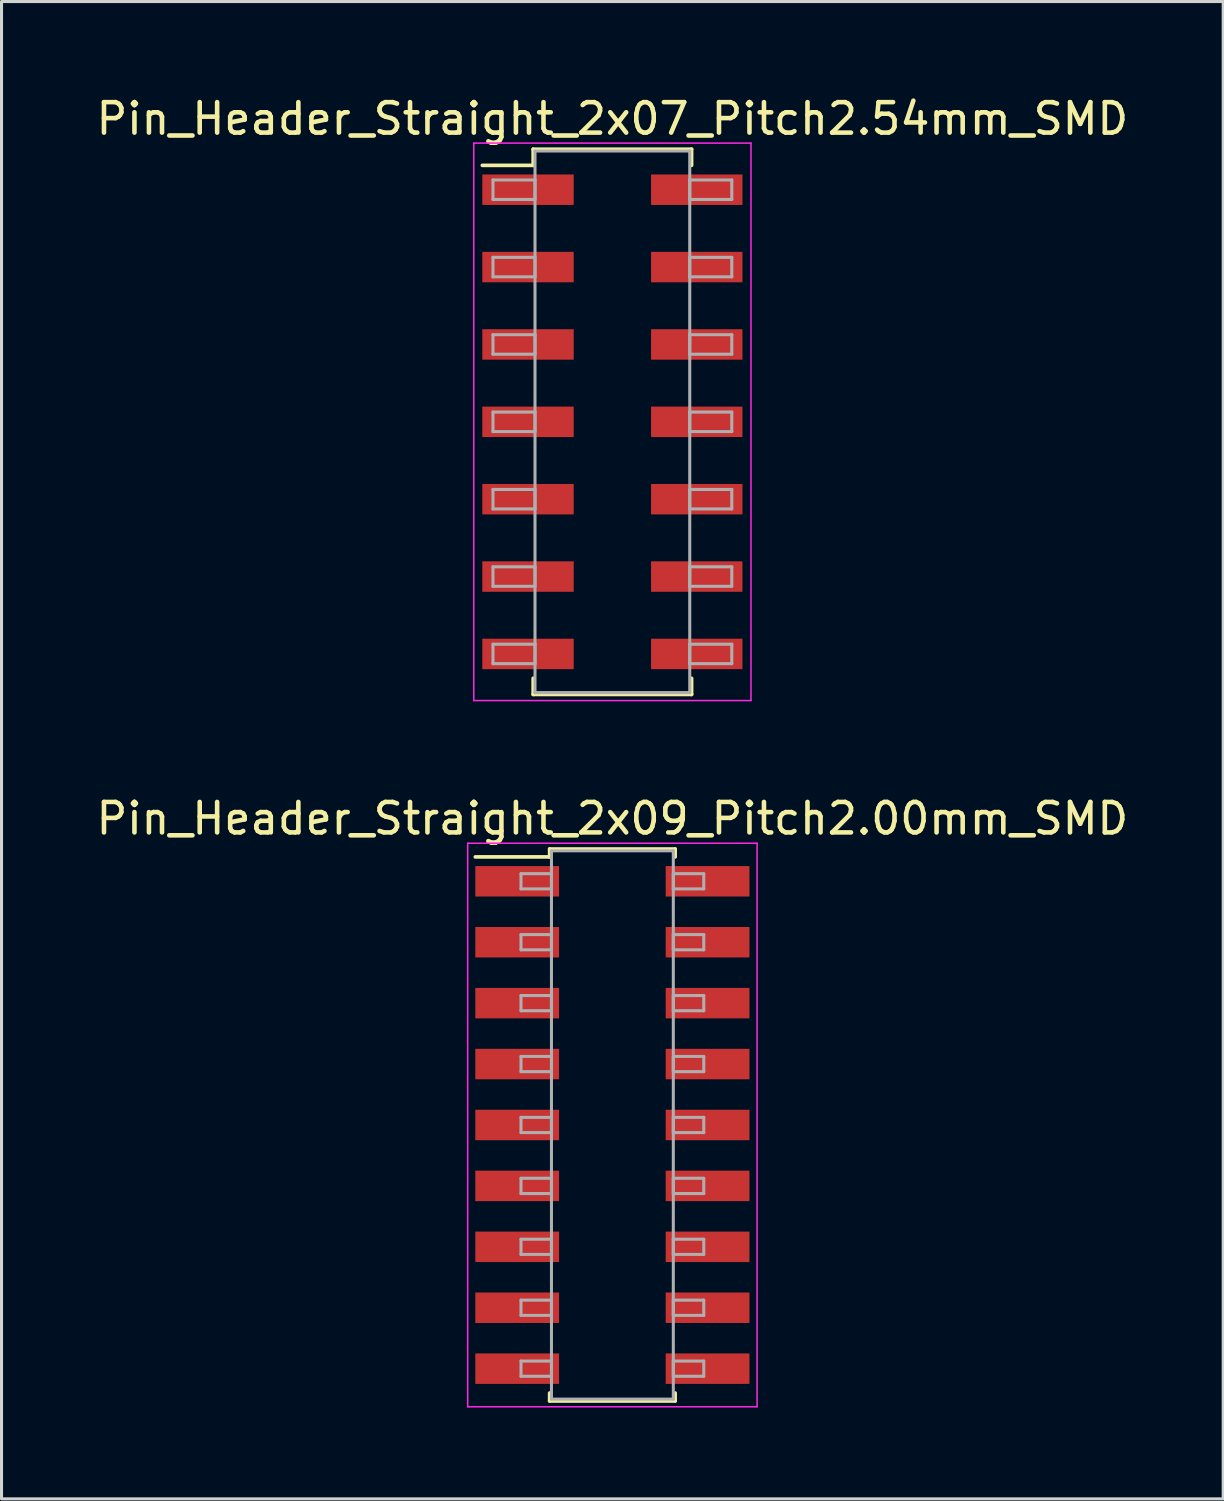
<source format=kicad_pcb>
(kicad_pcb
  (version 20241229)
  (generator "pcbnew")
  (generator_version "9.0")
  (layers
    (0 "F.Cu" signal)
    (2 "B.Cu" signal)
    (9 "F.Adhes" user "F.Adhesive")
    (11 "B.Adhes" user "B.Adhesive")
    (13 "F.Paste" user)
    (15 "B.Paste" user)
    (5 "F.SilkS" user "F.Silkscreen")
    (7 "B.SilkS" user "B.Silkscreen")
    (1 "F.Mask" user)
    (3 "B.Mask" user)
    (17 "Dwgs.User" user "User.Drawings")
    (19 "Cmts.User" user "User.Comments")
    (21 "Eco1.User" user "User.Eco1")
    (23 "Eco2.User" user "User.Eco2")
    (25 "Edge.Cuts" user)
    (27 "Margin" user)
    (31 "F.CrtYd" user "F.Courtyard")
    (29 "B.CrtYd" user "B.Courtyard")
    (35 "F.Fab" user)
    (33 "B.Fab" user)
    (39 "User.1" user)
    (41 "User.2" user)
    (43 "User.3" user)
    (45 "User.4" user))
  (footprint "Pin_Header_Straight_2x09_Pitch2.00mm_SMD"
    (layer "F.Cu")
    (at 17.054 33.882)
    (property "Reference" "Pin_Header_Straight_2x09_Pitch2.00mm_SMD" (at 0 -10.06 0) (layer "F.SilkS") (effects (font (size 1 1) (thickness 0.15))))
    (attr smd)
    (fp_line (start -4.5 -8.8) (end -2.06 -8.8) (stroke (width 0.12) (type solid)) (layer "F.SilkS"))
    (fp_line (start -2.06 -9.06) (end 2.06 -9.06) (stroke (width 0.12) (type solid)) (layer "F.SilkS"))
    (fp_line (start -2.06 -8.8) (end -2.06 -9.06) (stroke (width 0.12) (type solid)) (layer "F.SilkS"))
    (fp_line (start -2.06 8.8) (end -2.06 9.06) (stroke (width 0.12) (type solid)) (layer "F.SilkS"))
    (fp_line (start -2.06 9.06) (end 2.06 9.06) (stroke (width 0.12) (type solid)) (layer "F.SilkS"))
    (fp_line (start 2.06 -9.06) (end 2.06 -8.8) (stroke (width 0.12) (type solid)) (layer "F.SilkS"))
    (fp_line (start 2.06 9.06) (end 2.06 8.8) (stroke (width 0.12) (type solid)) (layer "F.SilkS"))
    (fp_line (start -4.75 -9.25) (end -4.75 9.25) (stroke (width 0.05) (type solid)) (layer "F.CrtYd"))
    (fp_line (start -4.75 9.25) (end 4.75 9.25) (stroke (width 0.05) (type solid)) (layer "F.CrtYd"))
    (fp_line (start 4.75 -9.25) (end -4.75 -9.25) (stroke (width 0.05) (type solid)) (layer "F.CrtYd"))
    (fp_line (start 4.75 9.25) (end 4.75 -9.25) (stroke (width 0.05) (type solid)) (layer "F.CrtYd"))
    (fp_line (start -3 -8.25) (end -2 -8.25) (stroke (width 0.1) (type solid)) (layer "F.Fab"))
    (fp_line (start -3 -7.75) (end -3 -8.25) (stroke (width 0.1) (type solid)) (layer "F.Fab"))
    (fp_line (start -3 -6.25) (end -2 -6.25) (stroke (width 0.1) (type solid)) (layer "F.Fab"))
    (fp_line (start -3 -5.75) (end -3 -6.25) (stroke (width 0.1) (type solid)) (layer "F.Fab"))
    (fp_line (start -3 -4.25) (end -2 -4.25) (stroke (width 0.1) (type solid)) (layer "F.Fab"))
    (fp_line (start -3 -3.75) (end -3 -4.25) (stroke (width 0.1) (type solid)) (layer "F.Fab"))
    (fp_line (start -3 -2.25) (end -2 -2.25) (stroke (width 0.1) (type solid)) (layer "F.Fab"))
    (fp_line (start -3 -1.75) (end -3 -2.25) (stroke (width 0.1) (type solid)) (layer "F.Fab"))
    (fp_line (start -3 -0.25) (end -2 -0.25) (stroke (width 0.1) (type solid)) (layer "F.Fab"))
    (fp_line (start -3 0.25) (end -3 -0.25) (stroke (width 0.1) (type solid)) (layer "F.Fab"))
    (fp_line (start -3 1.75) (end -2 1.75) (stroke (width 0.1) (type solid)) (layer "F.Fab"))
    (fp_line (start -3 2.25) (end -3 1.75) (stroke (width 0.1) (type solid)) (layer "F.Fab"))
    (fp_line (start -3 3.75) (end -2 3.75) (stroke (width 0.1) (type solid)) (layer "F.Fab"))
    (fp_line (start -3 4.25) (end -3 3.75) (stroke (width 0.1) (type solid)) (layer "F.Fab"))
    (fp_line (start -3 5.75) (end -2 5.75) (stroke (width 0.1) (type solid)) (layer "F.Fab"))
    (fp_line (start -3 6.25) (end -3 5.75) (stroke (width 0.1) (type solid)) (layer "F.Fab"))
    (fp_line (start -3 7.75) (end -2 7.75) (stroke (width 0.1) (type solid)) (layer "F.Fab"))
    (fp_line (start -3 8.25) (end -3 7.75) (stroke (width 0.1) (type solid)) (layer "F.Fab"))
    (fp_line (start -2 -9) (end -2 9) (stroke (width 0.1) (type solid)) (layer "F.Fab"))
    (fp_line (start -2 -8.25) (end -2 -7.75) (stroke (width 0.1) (type solid)) (layer "F.Fab"))
    (fp_line (start -2 -7.75) (end -3 -7.75) (stroke (width 0.1) (type solid)) (layer "F.Fab"))
    (fp_line (start -2 -6.25) (end -2 -5.75) (stroke (width 0.1) (type solid)) (layer "F.Fab"))
    (fp_line (start -2 -5.75) (end -3 -5.75) (stroke (width 0.1) (type solid)) (layer "F.Fab"))
    (fp_line (start -2 -4.25) (end -2 -3.75) (stroke (width 0.1) (type solid)) (layer "F.Fab"))
    (fp_line (start -2 -3.75) (end -3 -3.75) (stroke (width 0.1) (type solid)) (layer "F.Fab"))
    (fp_line (start -2 -2.25) (end -2 -1.75) (stroke (width 0.1) (type solid)) (layer "F.Fab"))
    (fp_line (start -2 -1.75) (end -3 -1.75) (stroke (width 0.1) (type solid)) (layer "F.Fab"))
    (fp_line (start -2 -0.25) (end -2 0.25) (stroke (width 0.1) (type solid)) (layer "F.Fab"))
    (fp_line (start -2 0.25) (end -3 0.25) (stroke (width 0.1) (type solid)) (layer "F.Fab"))
    (fp_line (start -2 1.75) (end -2 2.25) (stroke (width 0.1) (type solid)) (layer "F.Fab"))
    (fp_line (start -2 2.25) (end -3 2.25) (stroke (width 0.1) (type solid)) (layer "F.Fab"))
    (fp_line (start -2 3.75) (end -2 4.25) (stroke (width 0.1) (type solid)) (layer "F.Fab"))
    (fp_line (start -2 4.25) (end -3 4.25) (stroke (width 0.1) (type solid)) (layer "F.Fab"))
    (fp_line (start -2 5.75) (end -2 6.25) (stroke (width 0.1) (type solid)) (layer "F.Fab"))
    (fp_line (start -2 6.25) (end -3 6.25) (stroke (width 0.1) (type solid)) (layer "F.Fab"))
    (fp_line (start -2 7.75) (end -2 8.25) (stroke (width 0.1) (type solid)) (layer "F.Fab"))
    (fp_line (start -2 8.25) (end -3 8.25) (stroke (width 0.1) (type solid)) (layer "F.Fab"))
    (fp_line (start -2 9) (end 2 9) (stroke (width 0.1) (type solid)) (layer "F.Fab"))
    (fp_line (start 2 -9) (end -2 -9) (stroke (width 0.1) (type solid)) (layer "F.Fab"))
    (fp_line (start 2 -8.25) (end 2 -7.75) (stroke (width 0.1) (type solid)) (layer "F.Fab"))
    (fp_line (start 2 -7.75) (end 3 -7.75) (stroke (width 0.1) (type solid)) (layer "F.Fab"))
    (fp_line (start 2 -6.25) (end 2 -5.75) (stroke (width 0.1) (type solid)) (layer "F.Fab"))
    (fp_line (start 2 -5.75) (end 3 -5.75) (stroke (width 0.1) (type solid)) (layer "F.Fab"))
    (fp_line (start 2 -4.25) (end 2 -3.75) (stroke (width 0.1) (type solid)) (layer "F.Fab"))
    (fp_line (start 2 -3.75) (end 3 -3.75) (stroke (width 0.1) (type solid)) (layer "F.Fab"))
    (fp_line (start 2 -2.25) (end 2 -1.75) (stroke (width 0.1) (type solid)) (layer "F.Fab"))
    (fp_line (start 2 -1.75) (end 3 -1.75) (stroke (width 0.1) (type solid)) (layer "F.Fab"))
    (fp_line (start 2 -0.25) (end 2 0.25) (stroke (width 0.1) (type solid)) (layer "F.Fab"))
    (fp_line (start 2 0.25) (end 3 0.25) (stroke (width 0.1) (type solid)) (layer "F.Fab"))
    (fp_line (start 2 1.75) (end 2 2.25) (stroke (width 0.1) (type solid)) (layer "F.Fab"))
    (fp_line (start 2 2.25) (end 3 2.25) (stroke (width 0.1) (type solid)) (layer "F.Fab"))
    (fp_line (start 2 3.75) (end 2 4.25) (stroke (width 0.1) (type solid)) (layer "F.Fab"))
    (fp_line (start 2 4.25) (end 3 4.25) (stroke (width 0.1) (type solid)) (layer "F.Fab"))
    (fp_line (start 2 5.75) (end 2 6.25) (stroke (width 0.1) (type solid)) (layer "F.Fab"))
    (fp_line (start 2 6.25) (end 3 6.25) (stroke (width 0.1) (type solid)) (layer "F.Fab"))
    (fp_line (start 2 7.75) (end 2 8.25) (stroke (width 0.1) (type solid)) (layer "F.Fab"))
    (fp_line (start 2 8.25) (end 3 8.25) (stroke (width 0.1) (type solid)) (layer "F.Fab"))
    (fp_line (start 2 9) (end 2 -9) (stroke (width 0.1) (type solid)) (layer "F.Fab"))
    (fp_line (start 3 -8.25) (end 2 -8.25) (stroke (width 0.1) (type solid)) (layer "F.Fab"))
    (fp_line (start 3 -7.75) (end 3 -8.25) (stroke (width 0.1) (type solid)) (layer "F.Fab"))
    (fp_line (start 3 -6.25) (end 2 -6.25) (stroke (width 0.1) (type solid)) (layer "F.Fab"))
    (fp_line (start 3 -5.75) (end 3 -6.25) (stroke (width 0.1) (type solid)) (layer "F.Fab"))
    (fp_line (start 3 -4.25) (end 2 -4.25) (stroke (width 0.1) (type solid)) (layer "F.Fab"))
    (fp_line (start 3 -3.75) (end 3 -4.25) (stroke (width 0.1) (type solid)) (layer "F.Fab"))
    (fp_line (start 3 -2.25) (end 2 -2.25) (stroke (width 0.1) (type solid)) (layer "F.Fab"))
    (fp_line (start 3 -1.75) (end 3 -2.25) (stroke (width 0.1) (type solid)) (layer "F.Fab"))
    (fp_line (start 3 -0.25) (end 2 -0.25) (stroke (width 0.1) (type solid)) (layer "F.Fab"))
    (fp_line (start 3 0.25) (end 3 -0.25) (stroke (width 0.1) (type solid)) (layer "F.Fab"))
    (fp_line (start 3 1.75) (end 2 1.75) (stroke (width 0.1) (type solid)) (layer "F.Fab"))
    (fp_line (start 3 2.25) (end 3 1.75) (stroke (width 0.1) (type solid)) (layer "F.Fab"))
    (fp_line (start 3 3.75) (end 2 3.75) (stroke (width 0.1) (type solid)) (layer "F.Fab"))
    (fp_line (start 3 4.25) (end 3 3.75) (stroke (width 0.1) (type solid)) (layer "F.Fab"))
    (fp_line (start 3 5.75) (end 2 5.75) (stroke (width 0.1) (type solid)) (layer "F.Fab"))
    (fp_line (start 3 6.25) (end 3 5.75) (stroke (width 0.1) (type solid)) (layer "F.Fab"))
    (fp_line (start 3 7.75) (end 2 7.75) (stroke (width 0.1) (type solid)) (layer "F.Fab"))
    (fp_line (start 3 8.25) (end 3 7.75) (stroke (width 0.1) (type solid)) (layer "F.Fab"))
    (pad "1" smd rect (at -3.125 -8) (size 2.75 1) (layers "F.Cu" "F.Mask"))
    (pad "2" smd rect (at 3.125 -8) (size 2.75 1) (layers "F.Cu" "F.Mask"))
    (pad "3" smd rect (at -3.125 -6) (size 2.75 1) (layers "F.Cu" "F.Mask"))
    (pad "4" smd rect (at 3.125 -6) (size 2.75 1) (layers "F.Cu" "F.Mask"))
    (pad "5" smd rect (at -3.125 -4) (size 2.75 1) (layers "F.Cu" "F.Mask"))
    (pad "6" smd rect (at 3.125 -4) (size 2.75 1) (layers "F.Cu" "F.Mask"))
    (pad "7" smd rect (at -3.125 -2) (size 2.75 1) (layers "F.Cu" "F.Mask"))
    (pad "8" smd rect (at 3.125 -2) (size 2.75 1) (layers "F.Cu" "F.Mask"))
    (pad "9" smd rect (at -3.125 0) (size 2.75 1) (layers "F.Cu" "F.Mask"))
    (pad "10" smd rect (at 3.125 0) (size 2.75 1) (layers "F.Cu" "F.Mask"))
    (pad "11" smd rect (at -3.125 2) (size 2.75 1) (layers "F.Cu" "F.Mask"))
    (pad "12" smd rect (at 3.125 2) (size 2.75 1) (layers "F.Cu" "F.Mask"))
    (pad "13" smd rect (at -3.125 4) (size 2.75 1) (layers "F.Cu" "F.Mask"))
    (pad "14" smd rect (at 3.125 4) (size 2.75 1) (layers "F.Cu" "F.Mask"))
    (pad "15" smd rect (at -3.125 6) (size 2.75 1) (layers "F.Cu" "F.Mask"))
    (pad "16" smd rect (at 3.125 6) (size 2.75 1) (layers "F.Cu" "F.Mask"))
    (pad "17" smd rect (at -3.125 8) (size 2.75 1) (layers "F.Cu" "F.Mask"))
    (pad "18" smd rect (at 3.125 8) (size 2.75 1) (layers "F.Cu" "F.Mask")))
  (footprint "Pin_Header_Straight_2x07_Pitch2.54mm_SMD"
    (layer "F.Cu")
    (at 17.054 10.798)
    (property "Reference" "Pin_Header_Straight_2x07_Pitch2.54mm_SMD" (at 0 -9.95 0) (layer "F.SilkS") (effects (font (size 1 1) (thickness 0.15))))
    (attr smd)
    (fp_line (start -4.27 -8.42) (end -2.6 -8.42) (stroke (width 0.12) (type solid)) (layer "F.SilkS"))
    (fp_line (start -2.6 -8.95) (end 2.6 -8.95) (stroke (width 0.12) (type solid)) (layer "F.SilkS"))
    (fp_line (start -2.6 -8.42) (end -2.6 -8.95) (stroke (width 0.12) (type solid)) (layer "F.SilkS"))
    (fp_line (start -2.6 8.42) (end -2.6 8.95) (stroke (width 0.12) (type solid)) (layer "F.SilkS"))
    (fp_line (start -2.6 8.95) (end 2.6 8.95) (stroke (width 0.12) (type solid)) (layer "F.SilkS"))
    (fp_line (start 2.6 -8.95) (end 2.6 -8.42) (stroke (width 0.12) (type solid)) (layer "F.SilkS"))
    (fp_line (start 2.6 8.95) (end 2.6 8.42) (stroke (width 0.12) (type solid)) (layer "F.SilkS"))
    (fp_line (start -4.55 -9.15) (end -4.55 9.15) (stroke (width 0.05) (type solid)) (layer "F.CrtYd"))
    (fp_line (start -4.55 9.15) (end 4.55 9.15) (stroke (width 0.05) (type solid)) (layer "F.CrtYd"))
    (fp_line (start 4.55 -9.15) (end -4.55 -9.15) (stroke (width 0.05) (type solid)) (layer "F.CrtYd"))
    (fp_line (start 4.55 9.15) (end 4.55 -9.15) (stroke (width 0.05) (type solid)) (layer "F.CrtYd"))
    (fp_line (start -3.92 -7.94) (end -2.54 -7.94) (stroke (width 0.1) (type solid)) (layer "F.Fab"))
    (fp_line (start -3.92 -7.3) (end -3.92 -7.94) (stroke (width 0.1) (type solid)) (layer "F.Fab"))
    (fp_line (start -3.92 -5.4) (end -2.54 -5.4) (stroke (width 0.1) (type solid)) (layer "F.Fab"))
    (fp_line (start -3.92 -4.76) (end -3.92 -5.4) (stroke (width 0.1) (type solid)) (layer "F.Fab"))
    (fp_line (start -3.92 -2.86) (end -2.54 -2.86) (stroke (width 0.1) (type solid)) (layer "F.Fab"))
    (fp_line (start -3.92 -2.22) (end -3.92 -2.86) (stroke (width 0.1) (type solid)) (layer "F.Fab"))
    (fp_line (start -3.92 -0.32) (end -2.54 -0.32) (stroke (width 0.1) (type solid)) (layer "F.Fab"))
    (fp_line (start -3.92 0.32) (end -3.92 -0.32) (stroke (width 0.1) (type solid)) (layer "F.Fab"))
    (fp_line (start -3.92 2.22) (end -2.54 2.22) (stroke (width 0.1) (type solid)) (layer "F.Fab"))
    (fp_line (start -3.92 2.86) (end -3.92 2.22) (stroke (width 0.1) (type solid)) (layer "F.Fab"))
    (fp_line (start -3.92 4.76) (end -2.54 4.76) (stroke (width 0.1) (type solid)) (layer "F.Fab"))
    (fp_line (start -3.92 5.4) (end -3.92 4.76) (stroke (width 0.1) (type solid)) (layer "F.Fab"))
    (fp_line (start -3.92 7.3) (end -2.54 7.3) (stroke (width 0.1) (type solid)) (layer "F.Fab"))
    (fp_line (start -3.92 7.94) (end -3.92 7.3) (stroke (width 0.1) (type solid)) (layer "F.Fab"))
    (fp_line (start -2.54 -8.89) (end -2.54 8.89) (stroke (width 0.1) (type solid)) (layer "F.Fab"))
    (fp_line (start -2.54 -7.94) (end -2.54 -7.3) (stroke (width 0.1) (type solid)) (layer "F.Fab"))
    (fp_line (start -2.54 -7.3) (end -3.92 -7.3) (stroke (width 0.1) (type solid)) (layer "F.Fab"))
    (fp_line (start -2.54 -5.4) (end -2.54 -4.76) (stroke (width 0.1) (type solid)) (layer "F.Fab"))
    (fp_line (start -2.54 -4.76) (end -3.92 -4.76) (stroke (width 0.1) (type solid)) (layer "F.Fab"))
    (fp_line (start -2.54 -2.86) (end -2.54 -2.22) (stroke (width 0.1) (type solid)) (layer "F.Fab"))
    (fp_line (start -2.54 -2.22) (end -3.92 -2.22) (stroke (width 0.1) (type solid)) (layer "F.Fab"))
    (fp_line (start -2.54 -0.32) (end -2.54 0.32) (stroke (width 0.1) (type solid)) (layer "F.Fab"))
    (fp_line (start -2.54 0.32) (end -3.92 0.32) (stroke (width 0.1) (type solid)) (layer "F.Fab"))
    (fp_line (start -2.54 2.22) (end -2.54 2.86) (stroke (width 0.1) (type solid)) (layer "F.Fab"))
    (fp_line (start -2.54 2.86) (end -3.92 2.86) (stroke (width 0.1) (type solid)) (layer "F.Fab"))
    (fp_line (start -2.54 4.76) (end -2.54 5.4) (stroke (width 0.1) (type solid)) (layer "F.Fab"))
    (fp_line (start -2.54 5.4) (end -3.92 5.4) (stroke (width 0.1) (type solid)) (layer "F.Fab"))
    (fp_line (start -2.54 7.3) (end -2.54 7.94) (stroke (width 0.1) (type solid)) (layer "F.Fab"))
    (fp_line (start -2.54 7.94) (end -3.92 7.94) (stroke (width 0.1) (type solid)) (layer "F.Fab"))
    (fp_line (start -2.54 8.89) (end 2.54 8.89) (stroke (width 0.1) (type solid)) (layer "F.Fab"))
    (fp_line (start 2.54 -8.89) (end -2.54 -8.89) (stroke (width 0.1) (type solid)) (layer "F.Fab"))
    (fp_line (start 2.54 -7.94) (end 2.54 -7.3) (stroke (width 0.1) (type solid)) (layer "F.Fab"))
    (fp_line (start 2.54 -7.3) (end 3.92 -7.3) (stroke (width 0.1) (type solid)) (layer "F.Fab"))
    (fp_line (start 2.54 -5.4) (end 2.54 -4.76) (stroke (width 0.1) (type solid)) (layer "F.Fab"))
    (fp_line (start 2.54 -4.76) (end 3.92 -4.76) (stroke (width 0.1) (type solid)) (layer "F.Fab"))
    (fp_line (start 2.54 -2.86) (end 2.54 -2.22) (stroke (width 0.1) (type solid)) (layer "F.Fab"))
    (fp_line (start 2.54 -2.22) (end 3.92 -2.22) (stroke (width 0.1) (type solid)) (layer "F.Fab"))
    (fp_line (start 2.54 -0.32) (end 2.54 0.32) (stroke (width 0.1) (type solid)) (layer "F.Fab"))
    (fp_line (start 2.54 0.32) (end 3.92 0.32) (stroke (width 0.1) (type solid)) (layer "F.Fab"))
    (fp_line (start 2.54 2.22) (end 2.54 2.86) (stroke (width 0.1) (type solid)) (layer "F.Fab"))
    (fp_line (start 2.54 2.86) (end 3.92 2.86) (stroke (width 0.1) (type solid)) (layer "F.Fab"))
    (fp_line (start 2.54 4.76) (end 2.54 5.4) (stroke (width 0.1) (type solid)) (layer "F.Fab"))
    (fp_line (start 2.54 5.4) (end 3.92 5.4) (stroke (width 0.1) (type solid)) (layer "F.Fab"))
    (fp_line (start 2.54 7.3) (end 2.54 7.94) (stroke (width 0.1) (type solid)) (layer "F.Fab"))
    (fp_line (start 2.54 7.94) (end 3.92 7.94) (stroke (width 0.1) (type solid)) (layer "F.Fab"))
    (fp_line (start 2.54 8.89) (end 2.54 -8.89) (stroke (width 0.1) (type solid)) (layer "F.Fab"))
    (fp_line (start 3.92 -7.94) (end 2.54 -7.94) (stroke (width 0.1) (type solid)) (layer "F.Fab"))
    (fp_line (start 3.92 -7.3) (end 3.92 -7.94) (stroke (width 0.1) (type solid)) (layer "F.Fab"))
    (fp_line (start 3.92 -5.4) (end 2.54 -5.4) (stroke (width 0.1) (type solid)) (layer "F.Fab"))
    (fp_line (start 3.92 -4.76) (end 3.92 -5.4) (stroke (width 0.1) (type solid)) (layer "F.Fab"))
    (fp_line (start 3.92 -2.86) (end 2.54 -2.86) (stroke (width 0.1) (type solid)) (layer "F.Fab"))
    (fp_line (start 3.92 -2.22) (end 3.92 -2.86) (stroke (width 0.1) (type solid)) (layer "F.Fab"))
    (fp_line (start 3.92 -0.32) (end 2.54 -0.32) (stroke (width 0.1) (type solid)) (layer "F.Fab"))
    (fp_line (start 3.92 0.32) (end 3.92 -0.32) (stroke (width 0.1) (type solid)) (layer "F.Fab"))
    (fp_line (start 3.92 2.22) (end 2.54 2.22) (stroke (width 0.1) (type solid)) (layer "F.Fab"))
    (fp_line (start 3.92 2.86) (end 3.92 2.22) (stroke (width 0.1) (type solid)) (layer "F.Fab"))
    (fp_line (start 3.92 4.76) (end 2.54 4.76) (stroke (width 0.1) (type solid)) (layer "F.Fab"))
    (fp_line (start 3.92 5.4) (end 3.92 4.76) (stroke (width 0.1) (type solid)) (layer "F.Fab"))
    (fp_line (start 3.92 7.3) (end 2.54 7.3) (stroke (width 0.1) (type solid)) (layer "F.Fab"))
    (fp_line (start 3.92 7.94) (end 3.92 7.3) (stroke (width 0.1) (type solid)) (layer "F.Fab"))
    (pad "1" smd rect (at -2.77 -7.62) (size 3 1) (layers "F.Cu" "F.Mask"))
    (pad "2" smd rect (at 2.77 -7.62) (size 3 1) (layers "F.Cu" "F.Mask"))
    (pad "3" smd rect (at -2.77 -5.08) (size 3 1) (layers "F.Cu" "F.Mask"))
    (pad "4" smd rect (at 2.77 -5.08) (size 3 1) (layers "F.Cu" "F.Mask"))
    (pad "5" smd rect (at -2.77 -2.54) (size 3 1) (layers "F.Cu" "F.Mask"))
    (pad "6" smd rect (at 2.77 -2.54) (size 3 1) (layers "F.Cu" "F.Mask"))
    (pad "7" smd rect (at -2.77 0) (size 3 1) (layers "F.Cu" "F.Mask"))
    (pad "8" smd rect (at 2.77 0) (size 3 1) (layers "F.Cu" "F.Mask"))
    (pad "9" smd rect (at -2.77 2.54) (size 3 1) (layers "F.Cu" "F.Mask"))
    (pad "10" smd rect (at 2.77 2.54) (size 3 1) (layers "F.Cu" "F.Mask"))
    (pad "11" smd rect (at -2.77 5.08) (size 3 1) (layers "F.Cu" "F.Mask"))
    (pad "12" smd rect (at 2.77 5.08) (size 3 1) (layers "F.Cu" "F.Mask"))
    (pad "13" smd rect (at -2.77 7.62) (size 3 1) (layers "F.Cu" "F.Mask"))
    (pad "14" smd rect (at 2.77 7.62) (size 3 1) (layers "F.Cu" "F.Mask")))
  (gr_rect
    (start -3 -3)
    (end 37.107 46.157)
    (stroke (width 0.1) (type default))
    (fill no)
    (layer "Edge.Cuts")))
</source>
